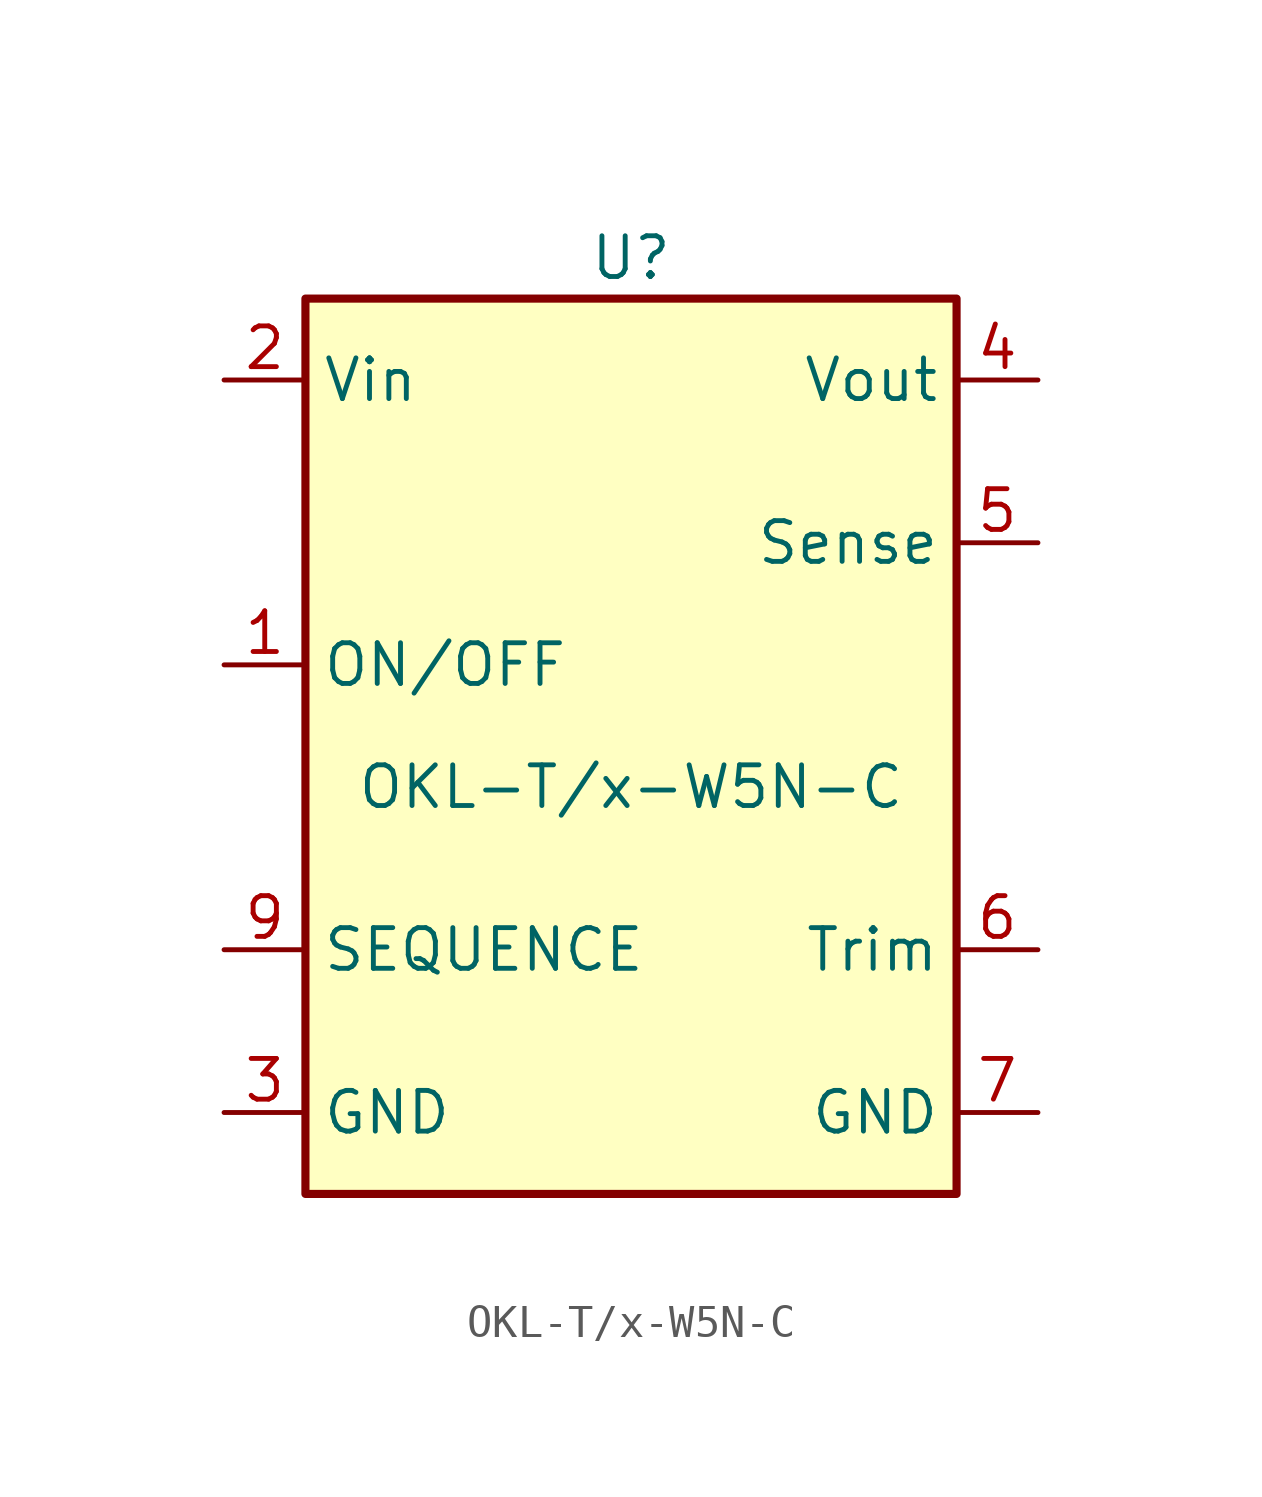
<source format=kicad_sym>
(kicad_symbol_lib
  (version 20231120)
  (generator "kicad_symbol_editor")
  (generator_version "8.0")
  (symbol "OKL-T/x-W5N-C"
    (property "Reference" "U"
      (at 0 15.24 0)
      (effects (font (size 1.27 1.27))))
    (property "Value" "OKL-T/x-W5N-C"
      (at 0 -1.27 0)
      (effects (font (size 1.27 1.27))))
    (symbol "OKL-T/x-W5N-C_1_1"
      (rectangle (start -10.16 13.97) (end 10.16 -13.97) (stroke (width 0.254) (type default)) (fill (type background)))
      (pin passive line (at -12.7 2.54 0) (length 2.54) (name "ON/OFF" (effects (font (size 1.27 1.27)))) (number "1" (effects (font (size 1.27 1.27)))))
      (pin power_in line (at -12.7 11.43 0) (length 2.54) (name "Vin" (effects (font (size 1.27 1.27)))) (number "2" (effects (font (size 1.27 1.27)))))
      (pin passive line (at -12.7 -11.43 0) (length 2.54) (name "GND" (effects (font (size 1.27 1.27)))) (number "3" (effects (font (size 1.27 1.27)))))
      (pin power_out line (at 12.7 11.43 180) (length 2.54) (name "Vout" (effects (font (size 1.27 1.27)))) (number "4" (effects (font (size 1.27 1.27)))))
      (pin passive line (at 12.7 6.35 180) (length 2.54) (name "Sense" (effects (font (size 1.27 1.27)))) (number "5" (effects (font (size 1.27 1.27)))))
      (pin passive line (at 12.7 -6.35 180) (length 2.54) (name "Trim" (effects (font (size 1.27 1.27)))) (number "6" (effects (font (size 1.27 1.27)))))
      (pin passive line (at 12.7 -11.43 180) (length 2.54) (name "GND" (effects (font (size 1.27 1.27)))) (number "7" (effects (font (size 1.27 1.27)))))
      (pin passive line (at -12.7 -6.35 0) (length 2.54) (name "SEQUENCE" (effects (font (size 1.27 1.27)))) (number "9" (effects (font (size 1.27 1.27))))))))
</source>
